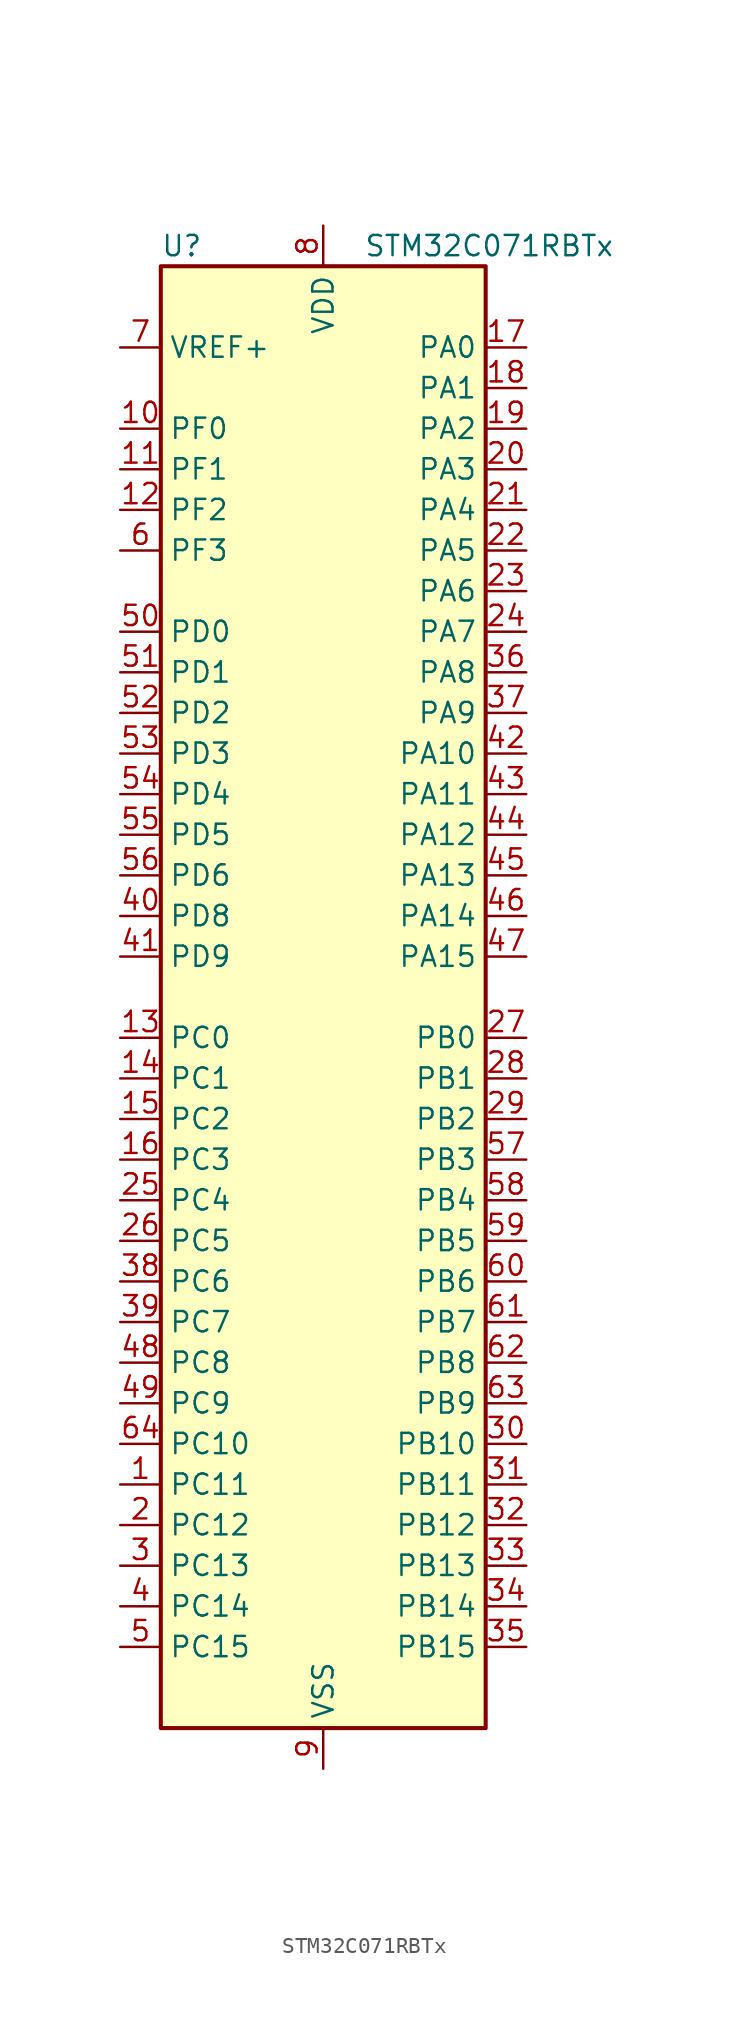
<source format=kicad_sym>
(kicad_symbol_lib
  (version 20241209)
  (generator "kicad_symbol_editor")
  (generator_version "9.0")
  (symbol "STM32C071RBTx"
    (property "Reference" "U"
      (at -10.16 46.99 0)
      (effects (font (size 1.27 1.27)) (justify left)))
    (property "Value" "STM32C071RBTx"
      (at 2.54 46.99 0)
      (effects (font (size 1.27 1.27)) (justify left)))
    (symbol "STM32C071RBTx_0_1"
      (rectangle (start -10.16 -45.72) (end 10.16 45.72) (stroke (width 0.254) (type default)) (fill (type background))))
    (symbol "STM32C071RBTx_1_1"
      (pin input line (at -12.7 40.64 0) (length 2.54) (name "VREF+" (effects (font (size 1.27 1.27)))) (number "7" (effects (font (size 1.27 1.27)))))
      (pin bidirectional line (at -12.7 35.56 0) (length 2.54) (name "PF0" (effects (font (size 1.27 1.27)))) (number "10" (effects (font (size 1.27 1.27)))) (alternate "CRS_SYNC" bidirectional line) (alternate "RCC_OSC_IN" bidirectional line) (alternate "TIM14_CH1" bidirectional line))
      (pin bidirectional line (at -12.7 33.02 0) (length 2.54) (name "PF1" (effects (font (size 1.27 1.27)))) (number "11" (effects (font (size 1.27 1.27)))) (alternate "RCC_OSC_EN" bidirectional line) (alternate "RCC_OSC_OUT" bidirectional line))
      (pin bidirectional line (at -12.7 30.48 0) (length 2.54) (name "PF2" (effects (font (size 1.27 1.27)))) (number "12" (effects (font (size 1.27 1.27)))) (alternate "RCC_MCO" bidirectional line) (alternate "TIM1_CH4" bidirectional line))
      (pin bidirectional line (at -12.7 27.94 0) (length 2.54) (name "PF3" (effects (font (size 1.27 1.27)))) (number "6" (effects (font (size 1.27 1.27)))))
      (pin bidirectional line (at -12.7 22.86 0) (length 2.54) (name "PD0" (effects (font (size 1.27 1.27)))) (number "50" (effects (font (size 1.27 1.27)))) (alternate "SPI2_NSS" bidirectional line) (alternate "TIM16_CH1" bidirectional line))
      (pin bidirectional line (at -12.7 20.32 0) (length 2.54) (name "PD1" (effects (font (size 1.27 1.27)))) (number "51" (effects (font (size 1.27 1.27)))) (alternate "SPI2_SCK" bidirectional line) (alternate "TIM17_CH1" bidirectional line))
      (pin bidirectional line (at -12.7 17.78 0) (length 2.54) (name "PD2" (effects (font (size 1.27 1.27)))) (number "52" (effects (font (size 1.27 1.27)))) (alternate "TIM1_CH1N" bidirectional line) (alternate "TIM3_ETR" bidirectional line))
      (pin bidirectional line (at -12.7 15.24 0) (length 2.54) (name "PD3" (effects (font (size 1.27 1.27)))) (number "53" (effects (font (size 1.27 1.27)))) (alternate "SPI2_MISO" bidirectional line) (alternate "TIM1_CH2N" bidirectional line) (alternate "USART2_CTS" bidirectional line) (alternate "USART2_NSS" bidirectional line))
      (pin bidirectional line (at -12.7 12.7 0) (length 2.54) (name "PD4" (effects (font (size 1.27 1.27)))) (number "54" (effects (font (size 1.27 1.27)))) (alternate "SPI2_MOSI" bidirectional line) (alternate "TIM1_CH3N" bidirectional line) (alternate "USART2_CK" bidirectional line) (alternate "USART2_DE" bidirectional line) (alternate "USART2_RTS" bidirectional line))
      (pin bidirectional line (at -12.7 10.16 0) (length 2.54) (name "PD5" (effects (font (size 1.27 1.27)))) (number "55" (effects (font (size 1.27 1.27)))) (alternate "I2S1_MCK" bidirectional line) (alternate "SPI1_MISO" bidirectional line) (alternate "TIM1_BKIN" bidirectional line) (alternate "USART2_TX" bidirectional line))
      (pin bidirectional line (at -12.7 7.62 0) (length 2.54) (name "PD6" (effects (font (size 1.27 1.27)))) (number "56" (effects (font (size 1.27 1.27)))) (alternate "I2S1_SD" bidirectional line) (alternate "SPI1_MOSI" bidirectional line) (alternate "USART2_RX" bidirectional line))
      (pin bidirectional line (at -12.7 5.08 0) (length 2.54) (name "PD8" (effects (font (size 1.27 1.27)))) (number "40" (effects (font (size 1.27 1.27)))) (alternate "I2S1_CK" bidirectional line) (alternate "SPI1_SCK" bidirectional line))
      (pin bidirectional line (at -12.7 2.54 0) (length 2.54) (name "PD9" (effects (font (size 1.27 1.27)))) (number "41" (effects (font (size 1.27 1.27)))) (alternate "I2S1_WS" bidirectional line) (alternate "SPI1_NSS" bidirectional line) (alternate "TIM1_BKIN2" bidirectional line))
      (pin bidirectional line (at -12.7 -2.54 0) (length 2.54) (name "PC0" (effects (font (size 1.27 1.27)))) (number "13" (effects (font (size 1.27 1.27)))))
      (pin bidirectional line (at -12.7 -5.08 0) (length 2.54) (name "PC1" (effects (font (size 1.27 1.27)))) (number "14" (effects (font (size 1.27 1.27)))))
      (pin bidirectional line (at -12.7 -7.62 0) (length 2.54) (name "PC2" (effects (font (size 1.27 1.27)))) (number "15" (effects (font (size 1.27 1.27)))) (alternate "SPI2_MISO" bidirectional line))
      (pin bidirectional line (at -12.7 -10.16 0) (length 2.54) (name "PC3" (effects (font (size 1.27 1.27)))) (number "16" (effects (font (size 1.27 1.27)))) (alternate "SPI2_MOSI" bidirectional line))
      (pin bidirectional line (at -12.7 -12.7 0) (length 2.54) (name "PC4" (effects (font (size 1.27 1.27)))) (number "25" (effects (font (size 1.27 1.27)))) (alternate "ADC1_IN11" bidirectional line) (alternate "TIM2_CH1" bidirectional line) (alternate "TIM2_ETR" bidirectional line) (alternate "USART1_TX" bidirectional line))
      (pin bidirectional line (at -12.7 -15.24 0) (length 2.54) (name "PC5" (effects (font (size 1.27 1.27)))) (number "26" (effects (font (size 1.27 1.27)))) (alternate "ADC1_IN12" bidirectional line) (alternate "PWR_WKUP5" bidirectional line) (alternate "TIM2_CH2" bidirectional line) (alternate "USART1_RX" bidirectional line))
      (pin bidirectional line (at -12.7 -17.78 0) (length 2.54) (name "PC6" (effects (font (size 1.27 1.27)))) (number "38" (effects (font (size 1.27 1.27)))) (alternate "TIM2_CH3" bidirectional line) (alternate "TIM3_CH1" bidirectional line))
      (pin bidirectional line (at -12.7 -20.32 0) (length 2.54) (name "PC7" (effects (font (size 1.27 1.27)))) (number "39" (effects (font (size 1.27 1.27)))) (alternate "TIM2_CH4" bidirectional line) (alternate "TIM3_CH2" bidirectional line))
      (pin bidirectional line (at -12.7 -22.86 0) (length 2.54) (name "PC8" (effects (font (size 1.27 1.27)))) (number "48" (effects (font (size 1.27 1.27)))) (alternate "TIM1_CH1" bidirectional line) (alternate "TIM3_CH3" bidirectional line))
      (pin bidirectional line (at -12.7 -25.4 0) (length 2.54) (name "PC9" (effects (font (size 1.27 1.27)))) (number "49" (effects (font (size 1.27 1.27)))) (alternate "I2S_CKIN" bidirectional line) (alternate "TIM1_CH2" bidirectional line) (alternate "TIM3_CH4" bidirectional line) (alternate "USB_NOE" bidirectional line))
      (pin bidirectional line (at -12.7 -27.94 0) (length 2.54) (name "PC10" (effects (font (size 1.27 1.27)))) (number "64" (effects (font (size 1.27 1.27)))) (alternate "TIM1_CH3" bidirectional line))
      (pin bidirectional line (at -12.7 -30.48 0) (length 2.54) (name "PC11" (effects (font (size 1.27 1.27)))) (number "1" (effects (font (size 1.27 1.27)))) (alternate "ADC1_EXTI11" bidirectional line) (alternate "TIM1_CH4" bidirectional line))
      (pin bidirectional line (at -12.7 -33.02 0) (length 2.54) (name "PC12" (effects (font (size 1.27 1.27)))) (number "2" (effects (font (size 1.27 1.27)))) (alternate "TIM14_CH1" bidirectional line))
      (pin bidirectional line (at -12.7 -35.56 0) (length 2.54) (name "PC13" (effects (font (size 1.27 1.27)))) (number "3" (effects (font (size 1.27 1.27)))) (alternate "PWR_WKUP2" bidirectional line) (alternate "RTC_OUT1" bidirectional line) (alternate "RTC_TS" bidirectional line) (alternate "TIM1_BKIN" bidirectional line) (alternate "TIM1_ETR" bidirectional line))
      (pin bidirectional line (at -12.7 -38.1 0) (length 2.54) (name "PC14" (effects (font (size 1.27 1.27)))) (number "4" (effects (font (size 1.27 1.27)))) (alternate "I2C1_SDA" bidirectional line) (alternate "IR_OUT" bidirectional line) (alternate "RCC_OSCX_IN" bidirectional line) (alternate "SPI2_NSS" bidirectional line) (alternate "TIM17_CH1" bidirectional line) (alternate "TIM1_BKIN2" bidirectional line) (alternate "TIM1_ETR" bidirectional line) (alternate "TIM3_CH2" bidirectional line) (alternate "USART1_TX" bidirectional line) (alternate "USART2_CK" bidirectional line) (alternate "USART2_DE" bidirectional line) (alternate "USART2_RTS" bidirectional line))
      (pin bidirectional line (at -12.7 -40.64 0) (length 2.54) (name "PC15" (effects (font (size 1.27 1.27)))) (number "5" (effects (font (size 1.27 1.27)))) (alternate "RCC_OSC32_EN" bidirectional line) (alternate "RCC_OSCX_OUT" bidirectional line) (alternate "RCC_OSC_EN" bidirectional line) (alternate "TIM1_ETR" bidirectional line) (alternate "TIM3_CH3" bidirectional line))
      (pin power_in line (at 0 48.26 270) (length 2.54) (name "VDD" (effects (font (size 1.27 1.27)))) (number "8" (effects (font (size 1.27 1.27)))))
      (pin power_in line (at 0 -48.26 90) (length 2.54) (name "VSS" (effects (font (size 1.27 1.27)))) (number "9" (effects (font (size 1.27 1.27)))))
      (pin bidirectional line (at 12.7 40.64 180) (length 2.54) (name "PA0" (effects (font (size 1.27 1.27)))) (number "17" (effects (font (size 1.27 1.27)))) (alternate "ADC1_IN0" bidirectional line) (alternate "PWR_WKUP1" bidirectional line) (alternate "SPI2_SCK" bidirectional line) (alternate "TIM16_CH1" bidirectional line) (alternate "TIM1_CH1" bidirectional line) (alternate "TIM2_CH1" bidirectional line) (alternate "TIM2_ETR" bidirectional line) (alternate "USART1_TX" bidirectional line) (alternate "USART2_CTS" bidirectional line) (alternate "USART2_NSS" bidirectional line))
      (pin bidirectional line (at 12.7 38.1 180) (length 2.54) (name "PA1" (effects (font (size 1.27 1.27)))) (number "18" (effects (font (size 1.27 1.27)))) (alternate "ADC1_IN1" bidirectional line) (alternate "I2C1_SMBA" bidirectional line) (alternate "I2S1_CK" bidirectional line) (alternate "SPI1_SCK" bidirectional line) (alternate "TIM17_CH1" bidirectional line) (alternate "TIM1_CH2" bidirectional line) (alternate "TIM2_CH2" bidirectional line) (alternate "USART1_RX" bidirectional line) (alternate "USART2_CK" bidirectional line) (alternate "USART2_DE" bidirectional line) (alternate "USART2_RTS" bidirectional line))
      (pin bidirectional line (at 12.7 35.56 180) (length 2.54) (name "PA2" (effects (font (size 1.27 1.27)))) (number "19" (effects (font (size 1.27 1.27)))) (alternate "ADC1_IN2" bidirectional line) (alternate "I2S1_SD" bidirectional line) (alternate "PWR_WKUP4" bidirectional line) (alternate "RCC_LSCO" bidirectional line) (alternate "SPI1_MOSI" bidirectional line) (alternate "TIM16_CH1N" bidirectional line) (alternate "TIM1_CH3" bidirectional line) (alternate "TIM2_CH3" bidirectional line) (alternate "TIM3_ETR" bidirectional line) (alternate "USART2_TX" bidirectional line))
      (pin bidirectional line (at 12.7 33.02 180) (length 2.54) (name "PA3" (effects (font (size 1.27 1.27)))) (number "20" (effects (font (size 1.27 1.27)))) (alternate "ADC1_IN3" bidirectional line) (alternate "SPI2_MISO" bidirectional line) (alternate "TIM1_CH1N" bidirectional line) (alternate "TIM1_CH4" bidirectional line) (alternate "TIM2_CH4" bidirectional line) (alternate "USART2_RX" bidirectional line))
      (pin bidirectional line (at 12.7 30.48 180) (length 2.54) (name "PA4" (effects (font (size 1.27 1.27)))) (number "21" (effects (font (size 1.27 1.27)))) (alternate "ADC1_IN4" bidirectional line) (alternate "I2S1_WS" bidirectional line) (alternate "RTC_OUT2" bidirectional line) (alternate "SPI1_NSS" bidirectional line) (alternate "SPI2_MOSI" bidirectional line) (alternate "TIM14_CH1" bidirectional line) (alternate "TIM17_CH1N" bidirectional line) (alternate "TIM1_CH2N" bidirectional line) (alternate "USART2_TX" bidirectional line) (alternate "USB_NOE" bidirectional line))
      (pin bidirectional line (at 12.7 27.94 180) (length 2.54) (name "PA5" (effects (font (size 1.27 1.27)))) (number "22" (effects (font (size 1.27 1.27)))) (alternate "ADC1_IN5" bidirectional line) (alternate "I2S1_CK" bidirectional line) (alternate "SPI1_SCK" bidirectional line) (alternate "TIM1_CH1" bidirectional line) (alternate "TIM1_CH3N" bidirectional line) (alternate "TIM2_CH1" bidirectional line) (alternate "TIM2_ETR" bidirectional line) (alternate "USART2_RX" bidirectional line))
      (pin bidirectional line (at 12.7 25.4 180) (length 2.54) (name "PA6" (effects (font (size 1.27 1.27)))) (number "23" (effects (font (size 1.27 1.27)))) (alternate "ADC1_IN6" bidirectional line) (alternate "I2C2_SDA" bidirectional line) (alternate "I2S1_MCK" bidirectional line) (alternate "SPI1_MISO" bidirectional line) (alternate "TIM16_CH1" bidirectional line) (alternate "TIM1_BKIN" bidirectional line) (alternate "TIM3_CH1" bidirectional line))
      (pin bidirectional line (at 12.7 22.86 180) (length 2.54) (name "PA7" (effects (font (size 1.27 1.27)))) (number "24" (effects (font (size 1.27 1.27)))) (alternate "ADC1_IN7" bidirectional line) (alternate "I2C2_SCL" bidirectional line) (alternate "I2S1_SD" bidirectional line) (alternate "SPI1_MOSI" bidirectional line) (alternate "TIM14_CH1" bidirectional line) (alternate "TIM17_CH1" bidirectional line) (alternate "TIM1_CH1N" bidirectional line) (alternate "TIM3_CH2" bidirectional line))
      (pin bidirectional line (at 12.7 20.32 180) (length 2.54) (name "PA8" (effects (font (size 1.27 1.27)))) (number "36" (effects (font (size 1.27 1.27)))) (alternate "ADC1_IN8" bidirectional line) (alternate "CRS_SYNC" bidirectional line) (alternate "I2S1_WS" bidirectional line) (alternate "RCC_MCO" bidirectional line) (alternate "RCC_MCO2" bidirectional line) (alternate "SPI1_NSS" bidirectional line) (alternate "SPI2_MISO" bidirectional line) (alternate "SPI2_NSS" bidirectional line) (alternate "TIM14_CH1" bidirectional line) (alternate "TIM1_CH1" bidirectional line) (alternate "TIM1_CH2N" bidirectional line) (alternate "TIM1_CH3N" bidirectional line) (alternate "TIM3_CH3" bidirectional line) (alternate "TIM3_CH4" bidirectional line) (alternate "USART1_RX" bidirectional line) (alternate "USART2_TX" bidirectional line))
      (pin bidirectional line (at 12.7 17.78 180) (length 2.54) (name "PA9" (effects (font (size 1.27 1.27)))) (number "37" (effects (font (size 1.27 1.27)))) (alternate "I2C1_SCL" bidirectional line) (alternate "I2C2_SCL" bidirectional line) (alternate "RCC_MCO" bidirectional line) (alternate "SPI2_MISO" bidirectional line) (alternate "TIM1_CH2" bidirectional line) (alternate "TIM3_ETR" bidirectional line) (alternate "USART1_TX" bidirectional line))
      (pin bidirectional line (at 12.7 15.24 180) (length 2.54) (name "PA10" (effects (font (size 1.27 1.27)))) (number "42" (effects (font (size 1.27 1.27)))) (alternate "I2C1_SDA" bidirectional line) (alternate "I2C2_SDA" bidirectional line) (alternate "RCC_MCO2" bidirectional line) (alternate "SPI2_MOSI" bidirectional line) (alternate "TIM17_BKIN" bidirectional line) (alternate "TIM1_CH3" bidirectional line) (alternate "USART1_RX" bidirectional line))
      (pin bidirectional line (at 12.7 12.7 180) (length 2.54) (name "PA11" (effects (font (size 1.27 1.27)))) (number "43" (effects (font (size 1.27 1.27)))) (alternate "ADC1_EXTI11" bidirectional line) (alternate "I2C2_SCL" bidirectional line) (alternate "I2S1_MCK" bidirectional line) (alternate "SPI1_MISO" bidirectional line) (alternate "TIM1_BKIN2" bidirectional line) (alternate "TIM1_CH4" bidirectional line) (alternate "USART1_CTS" bidirectional line) (alternate "USART1_NSS" bidirectional line) (alternate "USB_DM" bidirectional line))
      (pin bidirectional line (at 12.7 10.16 180) (length 2.54) (name "PA12" (effects (font (size 1.27 1.27)))) (number "44" (effects (font (size 1.27 1.27)))) (alternate "I2C2_SDA" bidirectional line) (alternate "I2S1_SD" bidirectional line) (alternate "I2S_CKIN" bidirectional line) (alternate "SPI1_MOSI" bidirectional line) (alternate "TIM1_ETR" bidirectional line) (alternate "USART1_CK" bidirectional line) (alternate "USART1_DE" bidirectional line) (alternate "USART1_RTS" bidirectional line) (alternate "USB_DP" bidirectional line))
      (pin bidirectional line (at 12.7 7.62 180) (length 2.54) (name "PA13" (effects (font (size 1.27 1.27)))) (number "45" (effects (font (size 1.27 1.27)))) (alternate "ADC1_IN13" bidirectional line) (alternate "DEBUG_SWDIO" bidirectional line) (alternate "IR_OUT" bidirectional line) (alternate "TIM3_ETR" bidirectional line) (alternate "USART2_RX" bidirectional line) (alternate "USB_NOE" bidirectional line))
      (pin bidirectional line (at 12.7 5.08 180) (length 2.54) (name "PA14" (effects (font (size 1.27 1.27)))) (number "46" (effects (font (size 1.27 1.27)))) (alternate "ADC1_IN14" bidirectional line) (alternate "DEBUG_SWCLK" bidirectional line) (alternate "I2S1_WS" bidirectional line) (alternate "RCC_MCO2" bidirectional line) (alternate "SPI1_NSS" bidirectional line) (alternate "TIM1_CH1" bidirectional line) (alternate "USART1_CK" bidirectional line) (alternate "USART1_DE" bidirectional line) (alternate "USART1_RTS" bidirectional line) (alternate "USART2_RX" bidirectional line) (alternate "USART2_TX" bidirectional line))
      (pin bidirectional line (at 12.7 2.54 180) (length 2.54) (name "PA15" (effects (font (size 1.27 1.27)))) (number "47" (effects (font (size 1.27 1.27)))) (alternate "I2S1_WS" bidirectional line) (alternate "RCC_MCO2" bidirectional line) (alternate "SPI1_NSS" bidirectional line) (alternate "TIM1_CH1" bidirectional line) (alternate "TIM2_CH1" bidirectional line) (alternate "TIM2_ETR" bidirectional line) (alternate "USART1_CK" bidirectional line) (alternate "USART1_DE" bidirectional line) (alternate "USART1_RTS" bidirectional line) (alternate "USART2_RX" bidirectional line) (alternate "USB_NOE" bidirectional line))
      (pin bidirectional line (at 12.7 -2.54 180) (length 2.54) (name "PB0" (effects (font (size 1.27 1.27)))) (number "27" (effects (font (size 1.27 1.27)))) (alternate "ADC1_IN17" bidirectional line) (alternate "I2S1_WS" bidirectional line) (alternate "SPI1_NSS" bidirectional line) (alternate "TIM1_CH2N" bidirectional line) (alternate "TIM3_CH3" bidirectional line))
      (pin bidirectional line (at 12.7 -5.08 180) (length 2.54) (name "PB1" (effects (font (size 1.27 1.27)))) (number "28" (effects (font (size 1.27 1.27)))) (alternate "ADC1_IN18" bidirectional line) (alternate "TIM14_CH1" bidirectional line) (alternate "TIM1_CH2N" bidirectional line) (alternate "TIM1_CH3N" bidirectional line) (alternate "TIM3_CH4" bidirectional line))
      (pin bidirectional line (at 12.7 -7.62 180) (length 2.54) (name "PB2" (effects (font (size 1.27 1.27)))) (number "29" (effects (font (size 1.27 1.27)))) (alternate "ADC1_IN19" bidirectional line) (alternate "RCC_MCO2" bidirectional line) (alternate "SPI2_MISO" bidirectional line) (alternate "USART1_RX" bidirectional line))
      (pin bidirectional line (at 12.7 -10.16 180) (length 2.54) (name "PB3" (effects (font (size 1.27 1.27)))) (number "57" (effects (font (size 1.27 1.27)))) (alternate "I2C2_SCL" bidirectional line) (alternate "I2S1_CK" bidirectional line) (alternate "SPI1_SCK" bidirectional line) (alternate "TIM1_CH2" bidirectional line) (alternate "TIM2_CH2" bidirectional line) (alternate "TIM3_CH2" bidirectional line) (alternate "USART1_CK" bidirectional line) (alternate "USART1_DE" bidirectional line) (alternate "USART1_RTS" bidirectional line))
      (pin bidirectional line (at 12.7 -12.7 180) (length 2.54) (name "PB4" (effects (font (size 1.27 1.27)))) (number "58" (effects (font (size 1.27 1.27)))) (alternate "I2C2_SDA" bidirectional line) (alternate "I2S1_MCK" bidirectional line) (alternate "SPI1_MISO" bidirectional line) (alternate "TIM17_BKIN" bidirectional line) (alternate "TIM3_CH1" bidirectional line) (alternate "USART1_CTS" bidirectional line) (alternate "USART1_NSS" bidirectional line))
      (pin bidirectional line (at 12.7 -15.24 180) (length 2.54) (name "PB5" (effects (font (size 1.27 1.27)))) (number "59" (effects (font (size 1.27 1.27)))) (alternate "I2C1_SMBA" bidirectional line) (alternate "I2S1_SD" bidirectional line) (alternate "PWR_WKUP6" bidirectional line) (alternate "SPI1_MOSI" bidirectional line) (alternate "TIM16_BKIN" bidirectional line) (alternate "TIM3_CH2" bidirectional line) (alternate "TIM3_CH3" bidirectional line))
      (pin bidirectional line (at 12.7 -17.78 180) (length 2.54) (name "PB6" (effects (font (size 1.27 1.27)))) (number "60" (effects (font (size 1.27 1.27)))) (alternate "I2C1_SCL" bidirectional line) (alternate "I2C1_SMBA" bidirectional line) (alternate "I2S1_CK" bidirectional line) (alternate "I2S1_MCK" bidirectional line) (alternate "I2S1_SD" bidirectional line) (alternate "PWR_WKUP3" bidirectional line) (alternate "SPI1_MISO" bidirectional line) (alternate "SPI1_MOSI" bidirectional line) (alternate "SPI1_SCK" bidirectional line) (alternate "SPI2_MISO" bidirectional line) (alternate "TIM16_BKIN" bidirectional line) (alternate "TIM16_CH1N" bidirectional line) (alternate "TIM17_BKIN" bidirectional line) (alternate "TIM1_CH2" bidirectional line) (alternate "TIM1_CH3" bidirectional line) (alternate "TIM3_CH1" bidirectional line) (alternate "TIM3_CH2" bidirectional line) (alternate "TIM3_CH3" bidirectional line) (alternate "USART1_CTS" bidirectional line) (alternate "USART1_NSS" bidirectional line) (alternate "USART1_TX" bidirectional line))
      (pin bidirectional line (at 12.7 -20.32 180) (length 2.54) (name "PB7" (effects (font (size 1.27 1.27)))) (number "61" (effects (font (size 1.27 1.27)))) (alternate "I2C1_SCL" bidirectional line) (alternate "I2C1_SDA" bidirectional line) (alternate "SPI2_MOSI" bidirectional line) (alternate "TIM16_CH1" bidirectional line) (alternate "TIM17_CH1N" bidirectional line) (alternate "TIM1_CH4" bidirectional line) (alternate "TIM3_CH1" bidirectional line) (alternate "TIM3_CH4" bidirectional line) (alternate "USART1_RX" bidirectional line) (alternate "USART2_CTS" bidirectional line) (alternate "USART2_NSS" bidirectional line))
      (pin bidirectional line (at 12.7 -22.86 180) (length 2.54) (name "PB8" (effects (font (size 1.27 1.27)))) (number "62" (effects (font (size 1.27 1.27)))) (alternate "I2C1_SCL" bidirectional line) (alternate "SPI2_SCK" bidirectional line) (alternate "TIM16_CH1" bidirectional line) (alternate "TIM3_CH1" bidirectional line) (alternate "USART2_CTS" bidirectional line) (alternate "USART2_NSS" bidirectional line))
      (pin bidirectional line (at 12.7 -25.4 180) (length 2.54) (name "PB9" (effects (font (size 1.27 1.27)))) (number "63" (effects (font (size 1.27 1.27)))) (alternate "I2C1_SDA" bidirectional line) (alternate "IR_OUT" bidirectional line) (alternate "SPI2_NSS" bidirectional line) (alternate "TIM17_CH1" bidirectional line) (alternate "TIM3_CH2" bidirectional line) (alternate "USART2_CK" bidirectional line) (alternate "USART2_DE" bidirectional line) (alternate "USART2_RTS" bidirectional line))
      (pin bidirectional line (at 12.7 -27.94 180) (length 2.54) (name "PB10" (effects (font (size 1.27 1.27)))) (number "30" (effects (font (size 1.27 1.27)))) (alternate "ADC1_IN20" bidirectional line) (alternate "I2C2_SCL" bidirectional line) (alternate "SPI2_SCK" bidirectional line) (alternate "TIM2_CH3" bidirectional line))
      (pin bidirectional line (at 12.7 -30.48 180) (length 2.54) (name "PB11" (effects (font (size 1.27 1.27)))) (number "31" (effects (font (size 1.27 1.27)))) (alternate "ADC1_EXTI11" bidirectional line) (alternate "ADC1_IN21" bidirectional line) (alternate "I2C2_SDA" bidirectional line) (alternate "SPI2_MOSI" bidirectional line) (alternate "TIM2_CH4" bidirectional line))
      (pin bidirectional line (at 12.7 -33.02 180) (length 2.54) (name "PB12" (effects (font (size 1.27 1.27)))) (number "32" (effects (font (size 1.27 1.27)))) (alternate "ADC1_IN22" bidirectional line) (alternate "SPI2_NSS" bidirectional line) (alternate "TIM1_BKIN" bidirectional line) (alternate "TIM1_BKIN2" bidirectional line))
      (pin bidirectional line (at 12.7 -35.56 180) (length 2.54) (name "PB13" (effects (font (size 1.27 1.27)))) (number "33" (effects (font (size 1.27 1.27)))) (alternate "I2C2_SCL" bidirectional line) (alternate "SPI2_SCK" bidirectional line) (alternate "TIM1_CH1N" bidirectional line))
      (pin bidirectional line (at 12.7 -38.1 180) (length 2.54) (name "PB14" (effects (font (size 1.27 1.27)))) (number "34" (effects (font (size 1.27 1.27)))) (alternate "I2C2_SDA" bidirectional line) (alternate "SPI2_MISO" bidirectional line) (alternate "TIM1_CH2N" bidirectional line))
      (pin bidirectional line (at 12.7 -40.64 180) (length 2.54) (name "PB15" (effects (font (size 1.27 1.27)))) (number "35" (effects (font (size 1.27 1.27)))) (alternate "RTC_REFIN" bidirectional line) (alternate "SPI2_MOSI" bidirectional line) (alternate "TIM1_CH3N" bidirectional line)))))
</source>
